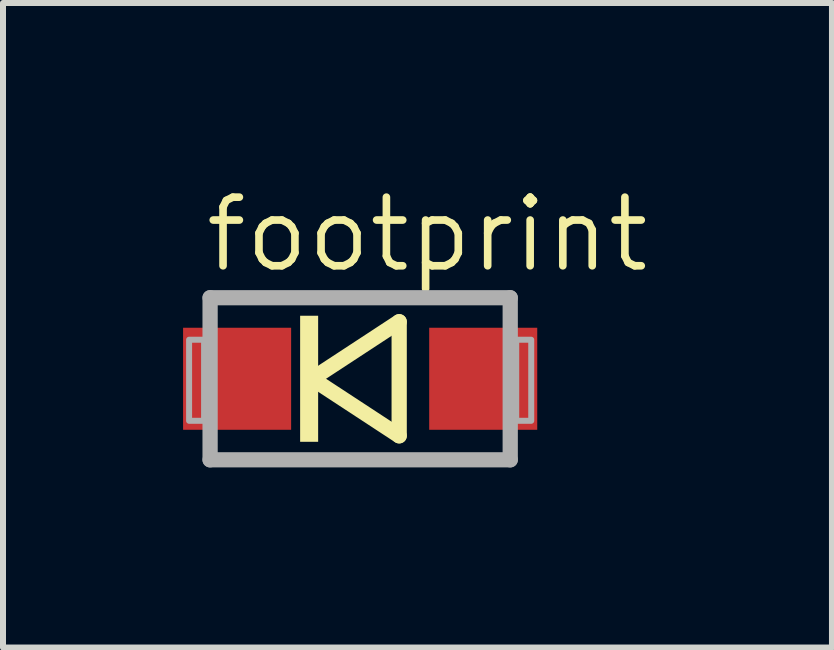
<source format=kicad_pcb>
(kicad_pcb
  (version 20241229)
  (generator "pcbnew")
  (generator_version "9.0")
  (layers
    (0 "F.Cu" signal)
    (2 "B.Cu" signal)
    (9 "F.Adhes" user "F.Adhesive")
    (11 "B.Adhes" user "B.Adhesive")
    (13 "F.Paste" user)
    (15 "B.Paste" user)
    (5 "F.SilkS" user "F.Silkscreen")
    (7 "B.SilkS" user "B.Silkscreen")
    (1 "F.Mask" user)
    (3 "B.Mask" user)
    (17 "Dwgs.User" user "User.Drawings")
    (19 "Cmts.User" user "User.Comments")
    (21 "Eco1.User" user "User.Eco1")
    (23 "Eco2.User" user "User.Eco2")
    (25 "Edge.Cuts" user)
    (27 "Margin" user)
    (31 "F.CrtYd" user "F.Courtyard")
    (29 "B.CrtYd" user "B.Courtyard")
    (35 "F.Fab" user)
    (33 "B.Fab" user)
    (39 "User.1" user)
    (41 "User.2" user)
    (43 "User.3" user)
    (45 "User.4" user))
  (footprint "footprint"
    (layer "F.Cu")
    (at 2.95 3.26)
    (property "Reference" "footprint" (at -2.64 -1.736 0) (layer "F.SilkS") (effects (font (size 1.143 1.143) (thickness 0.127)) (justify left bottom)))
    (fp_line (start -0.8 0) (end 0.65 -0.95) (stroke (width 0.254) (type solid)) (layer "F.SilkS"))
    (fp_line (start 0.65 -0.95) (end 0.65 0.95) (stroke (width 0.254) (type solid)) (layer "F.SilkS"))
    (fp_line (start 0.65 0.95) (end -0.8 0) (stroke (width 0.254) (type solid)) (layer "F.SilkS"))
    (fp_poly (pts (xy -1 1.05) (xy -0.7 1.05) (xy -0.7 -1.05) (xy -1 -1.05)) (stroke (width 0) (type solid)) (fill yes) (layer "F.SilkS"))
    (fp_line (start -2.5 -1.35) (end 2.5 -1.35) (stroke (width 0.254) (type solid)) (layer "F.Fab"))
    (fp_line (start -2.5 1.35) (end -2.5 -1.35) (stroke (width 0.254) (type solid)) (layer "F.Fab"))
    (fp_line (start 2.5 -1.35) (end 2.5 1.35) (stroke (width 0.254) (type solid)) (layer "F.Fab"))
    (fp_line (start 2.5 1.35) (end -2.5 1.35) (stroke (width 0.254) (type solid)) (layer "F.Fab"))
    (fp_poly (pts (xy -2.85 0.7) (xy -2.6 0.7) (xy -2.6 -0.65) (xy -2.85 -0.65)) (stroke (width 0.1) (type solid)) (fill no) (layer "F.Fab"))
    (fp_poly (pts (xy 2.6 0.7) (xy 2.85 0.7) (xy 2.85 -0.65) (xy 2.6 -0.65)) (stroke (width 0.1) (type solid)) (fill no) (layer "F.Fab"))
    (pad "A" smd rect (at 2.05 0) (size 1.8 1.7) (layers "F.Cu" "F.Mask" "F.Paste"))
    (pad "C" smd rect (at -2.05 0) (size 1.8 1.7) (layers "F.Cu" "F.Mask" "F.Paste")))
  (gr_rect
    (start -3 -3)
    (end 10.81 7.737)
    (stroke (width 0.1) (type default))
    (fill no)
    (layer "Edge.Cuts")))
</source>
